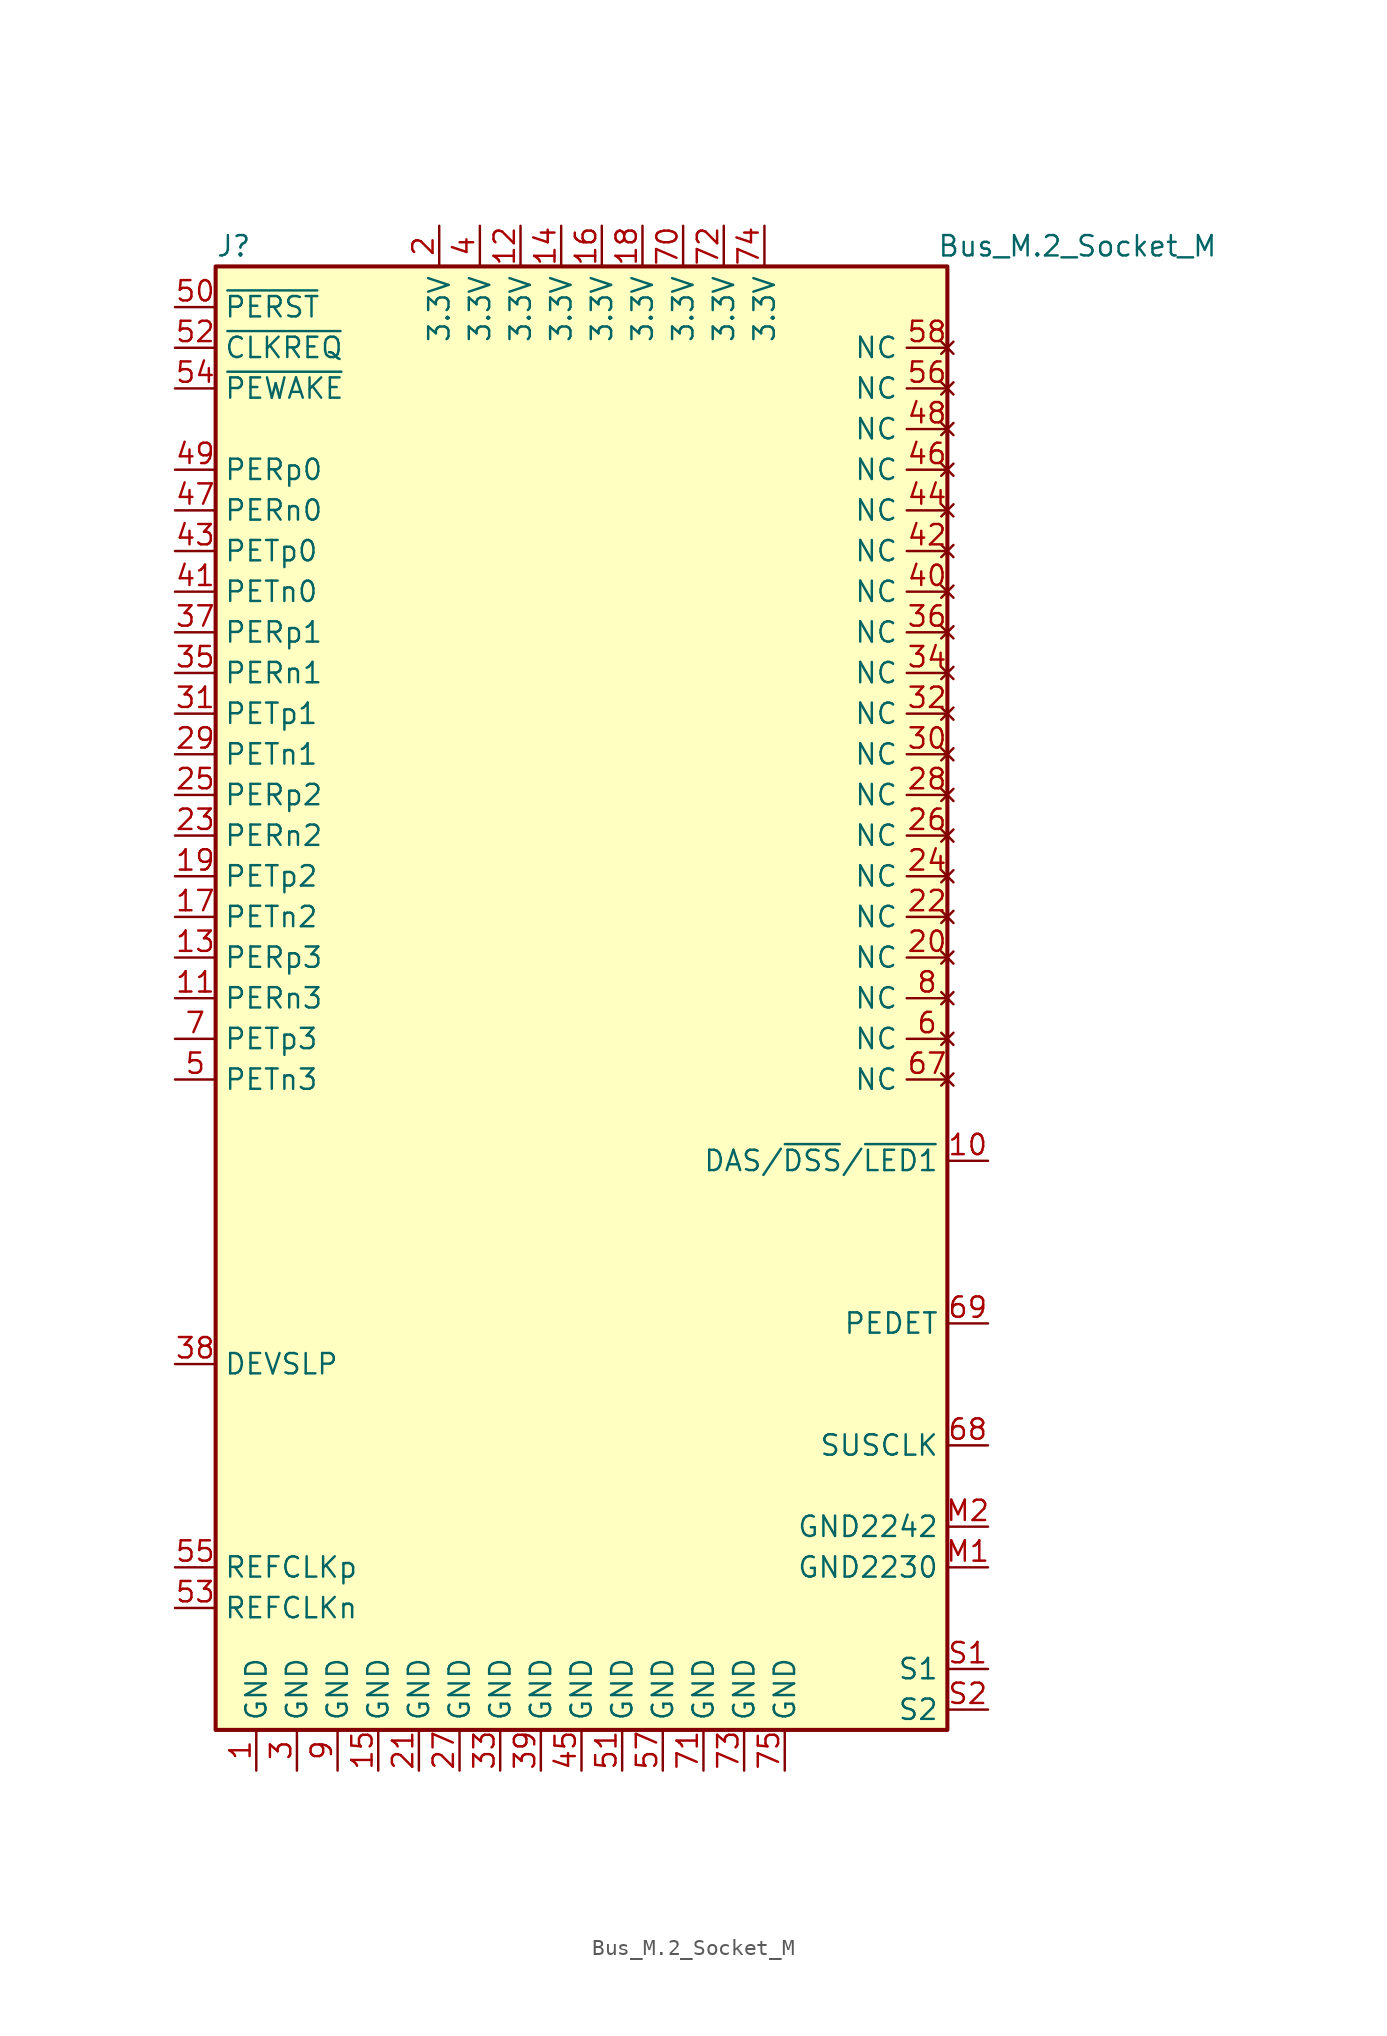
<source format=kicad_sym>
(kicad_symbol_lib
  (version 20231120)
  (generator "kicad_symbol_editor")
  (generator_version "8.0")
  (symbol "Bus_M.2_Socket_M"
    (property "Reference" "J"
      (at -22.86 46.99 0)
      (effects (font (size 1.27 1.27)) (justify left)))
    (property "Value" "Bus_M.2_Socket_M"
      (at 30.988 46.99 0)
      (effects (font (size 1.27 1.27))))
    (symbol "Bus_M.2_Socket_M_0_1"
      (rectangle (start -22.86 45.72) (end 22.86 -45.72) (stroke (width 0.254) (type default)) (fill (type background))))
    (symbol "Bus_M.2_Socket_M_1_1"
      (pin power_in line (at -20.32 -48.26 90) (length 2.54) (name "GND" (effects (font (size 1.27 1.27)))) (number "1" (effects (font (size 1.27 1.27)))))
      (pin bidirectional line (at 25.4 -10.16 180) (length 2.54) (name "DAS/~{DSS}/~{LED1}" (effects (font (size 1.27 1.27)))) (number "10" (effects (font (size 1.27 1.27)))))
      (pin input line (at -25.4 0 0) (length 2.54) (name "PERn3" (effects (font (size 1.27 1.27)))) (number "11" (effects (font (size 1.27 1.27)))))
      (pin power_in line (at -3.81 48.26 270) (length 2.54) (name "3.3V" (effects (font (size 1.27 1.27)))) (number "12" (effects (font (size 1.27 1.27)))))
      (pin input line (at -25.4 2.54 0) (length 2.54) (name "PERp3" (effects (font (size 1.27 1.27)))) (number "13" (effects (font (size 1.27 1.27)))))
      (pin power_in line (at -1.27 48.26 270) (length 2.54) (name "3.3V" (effects (font (size 1.27 1.27)))) (number "14" (effects (font (size 1.27 1.27)))))
      (pin power_in line (at -12.7 -48.26 90) (length 2.54) (name "GND" (effects (font (size 1.27 1.27)))) (number "15" (effects (font (size 1.27 1.27)))))
      (pin power_in line (at 1.27 48.26 270) (length 2.54) (name "3.3V" (effects (font (size 1.27 1.27)))) (number "16" (effects (font (size 1.27 1.27)))))
      (pin output line (at -25.4 5.08 0) (length 2.54) (name "PETn2" (effects (font (size 1.27 1.27)))) (number "17" (effects (font (size 1.27 1.27)))))
      (pin power_in line (at 3.81 48.26 270) (length 2.54) (name "3.3V" (effects (font (size 1.27 1.27)))) (number "18" (effects (font (size 1.27 1.27)))))
      (pin output line (at -25.4 7.62 0) (length 2.54) (name "PETp2" (effects (font (size 1.27 1.27)))) (number "19" (effects (font (size 1.27 1.27)))))
      (pin power_in line (at -8.89 48.26 270) (length 2.54) (name "3.3V" (effects (font (size 1.27 1.27)))) (number "2" (effects (font (size 1.27 1.27)))))
      (pin no_connect line (at 22.86 2.54 180) (length 2.54) (name "NC" (effects (font (size 1.27 1.27)))) (number "20" (effects (font (size 1.27 1.27)))))
      (pin power_in line (at -10.16 -48.26 90) (length 2.54) (name "GND" (effects (font (size 1.27 1.27)))) (number "21" (effects (font (size 1.27 1.27)))))
      (pin no_connect line (at 22.86 5.08 180) (length 2.54) (name "NC" (effects (font (size 1.27 1.27)))) (number "22" (effects (font (size 1.27 1.27)))))
      (pin input line (at -25.4 10.16 0) (length 2.54) (name "PERn2" (effects (font (size 1.27 1.27)))) (number "23" (effects (font (size 1.27 1.27)))))
      (pin no_connect line (at 22.86 7.62 180) (length 2.54) (name "NC" (effects (font (size 1.27 1.27)))) (number "24" (effects (font (size 1.27 1.27)))))
      (pin input line (at -25.4 12.7 0) (length 2.54) (name "PERp2" (effects (font (size 1.27 1.27)))) (number "25" (effects (font (size 1.27 1.27)))))
      (pin no_connect line (at 22.86 10.16 180) (length 2.54) (name "NC" (effects (font (size 1.27 1.27)))) (number "26" (effects (font (size 1.27 1.27)))))
      (pin power_in line (at -7.62 -48.26 90) (length 2.54) (name "GND" (effects (font (size 1.27 1.27)))) (number "27" (effects (font (size 1.27 1.27)))))
      (pin no_connect line (at 22.86 12.7 180) (length 2.54) (name "NC" (effects (font (size 1.27 1.27)))) (number "28" (effects (font (size 1.27 1.27)))))
      (pin output line (at -25.4 15.24 0) (length 2.54) (name "PETn1" (effects (font (size 1.27 1.27)))) (number "29" (effects (font (size 1.27 1.27)))))
      (pin power_in line (at -17.78 -48.26 90) (length 2.54) (name "GND" (effects (font (size 1.27 1.27)))) (number "3" (effects (font (size 1.27 1.27)))))
      (pin no_connect line (at 22.86 15.24 180) (length 2.54) (name "NC" (effects (font (size 1.27 1.27)))) (number "30" (effects (font (size 1.27 1.27)))))
      (pin output line (at -25.4 17.78 0) (length 2.54) (name "PETp1" (effects (font (size 1.27 1.27)))) (number "31" (effects (font (size 1.27 1.27)))))
      (pin no_connect line (at 22.86 17.78 180) (length 2.54) (name "NC" (effects (font (size 1.27 1.27)))) (number "32" (effects (font (size 1.27 1.27)))))
      (pin power_in line (at -5.08 -48.26 90) (length 2.54) (name "GND" (effects (font (size 1.27 1.27)))) (number "33" (effects (font (size 1.27 1.27)))))
      (pin no_connect line (at 22.86 20.32 180) (length 2.54) (name "NC" (effects (font (size 1.27 1.27)))) (number "34" (effects (font (size 1.27 1.27)))))
      (pin input line (at -25.4 20.32 0) (length 2.54) (name "PERn1" (effects (font (size 1.27 1.27)))) (number "35" (effects (font (size 1.27 1.27)))))
      (pin no_connect line (at 22.86 22.86 180) (length 2.54) (name "NC" (effects (font (size 1.27 1.27)))) (number "36" (effects (font (size 1.27 1.27)))))
      (pin input line (at -25.4 22.86 0) (length 2.54) (name "PERp1" (effects (font (size 1.27 1.27)))) (number "37" (effects (font (size 1.27 1.27)))))
      (pin input line (at -25.4 -22.86 0) (length 2.54) (name "DEVSLP" (effects (font (size 1.27 1.27)))) (number "38" (effects (font (size 1.27 1.27)))))
      (pin power_in line (at -2.54 -48.26 90) (length 2.54) (name "GND" (effects (font (size 1.27 1.27)))) (number "39" (effects (font (size 1.27 1.27)))))
      (pin power_in line (at -6.35 48.26 270) (length 2.54) (name "3.3V" (effects (font (size 1.27 1.27)))) (number "4" (effects (font (size 1.27 1.27)))))
      (pin no_connect line (at 22.86 25.4 180) (length 2.54) (name "NC" (effects (font (size 1.27 1.27)))) (number "40" (effects (font (size 1.27 1.27)))))
      (pin output line (at -25.4 25.4 0) (length 2.54) (name "PETn0" (effects (font (size 1.27 1.27)))) (number "41" (effects (font (size 1.27 1.27)))))
      (pin no_connect line (at 22.86 27.94 180) (length 2.54) (name "NC" (effects (font (size 1.27 1.27)))) (number "42" (effects (font (size 1.27 1.27)))))
      (pin output line (at -25.4 27.94 0) (length 2.54) (name "PETp0" (effects (font (size 1.27 1.27)))) (number "43" (effects (font (size 1.27 1.27)))))
      (pin no_connect line (at 22.86 30.48 180) (length 2.54) (name "NC" (effects (font (size 1.27 1.27)))) (number "44" (effects (font (size 1.27 1.27)))))
      (pin power_in line (at 0 -48.26 90) (length 2.54) (name "GND" (effects (font (size 1.27 1.27)))) (number "45" (effects (font (size 1.27 1.27)))))
      (pin no_connect line (at 22.86 33.02 180) (length 2.54) (name "NC" (effects (font (size 1.27 1.27)))) (number "46" (effects (font (size 1.27 1.27)))))
      (pin input line (at -25.4 30.48 0) (length 2.54) (name "PERn0" (effects (font (size 1.27 1.27)))) (number "47" (effects (font (size 1.27 1.27)))))
      (pin no_connect line (at 22.86 35.56 180) (length 2.54) (name "NC" (effects (font (size 1.27 1.27)))) (number "48" (effects (font (size 1.27 1.27)))))
      (pin input line (at -25.4 33.02 0) (length 2.54) (name "PERp0" (effects (font (size 1.27 1.27)))) (number "49" (effects (font (size 1.27 1.27)))))
      (pin output line (at -25.4 -5.08 0) (length 2.54) (name "PETn3" (effects (font (size 1.27 1.27)))) (number "5" (effects (font (size 1.27 1.27)))))
      (pin input line (at -25.4 43.18 0) (length 2.54) (name "~{PERST}" (effects (font (size 1.27 1.27)))) (number "50" (effects (font (size 1.27 1.27)))))
      (pin power_in line (at 2.54 -48.26 90) (length 2.54) (name "GND" (effects (font (size 1.27 1.27)))) (number "51" (effects (font (size 1.27 1.27)))))
      (pin bidirectional line (at -25.4 40.64 0) (length 2.54) (name "~{CLKREQ}" (effects (font (size 1.27 1.27)))) (number "52" (effects (font (size 1.27 1.27)))))
      (pin input line (at -25.4 -38.1 0) (length 2.54) (name "REFCLKn" (effects (font (size 1.27 1.27)))) (number "53" (effects (font (size 1.27 1.27)))))
      (pin bidirectional line (at -25.4 38.1 0) (length 2.54) (name "~{PEWAKE}" (effects (font (size 1.27 1.27)))) (number "54" (effects (font (size 1.27 1.27)))))
      (pin input line (at -25.4 -35.56 0) (length 2.54) (name "REFCLKp" (effects (font (size 1.27 1.27)))) (number "55" (effects (font (size 1.27 1.27)))))
      (pin no_connect line (at 22.86 38.1 180) (length 2.54) (name "NC" (effects (font (size 1.27 1.27)))) (number "56" (effects (font (size 1.27 1.27)))))
      (pin power_in line (at 5.08 -48.26 90) (length 2.54) (name "GND" (effects (font (size 1.27 1.27)))) (number "57" (effects (font (size 1.27 1.27)))))
      (pin no_connect line (at 22.86 40.64 180) (length 2.54) (name "NC" (effects (font (size 1.27 1.27)))) (number "58" (effects (font (size 1.27 1.27)))))
      (pin no_connect line (at 22.86 -2.54 180) (length 2.54) (name "NC" (effects (font (size 1.27 1.27)))) (number "6" (effects (font (size 1.27 1.27)))))
      (pin no_connect line (at 22.86 -5.08 180) (length 2.54) (name "NC" (effects (font (size 1.27 1.27)))) (number "67" (effects (font (size 1.27 1.27)))))
      (pin input line (at 25.4 -27.94 180) (length 2.54) (name "SUSCLK" (effects (font (size 1.27 1.27)))) (number "68" (effects (font (size 1.27 1.27)))))
      (pin passive line (at 25.4 -20.32 180) (length 2.54) (name "PEDET" (effects (font (size 1.27 1.27)))) (number "69" (effects (font (size 1.27 1.27)))))
      (pin output line (at -25.4 -2.54 0) (length 2.54) (name "PETp3" (effects (font (size 1.27 1.27)))) (number "7" (effects (font (size 1.27 1.27)))))
      (pin power_in line (at 6.35 48.26 270) (length 2.54) (name "3.3V" (effects (font (size 1.27 1.27)))) (number "70" (effects (font (size 1.27 1.27)))))
      (pin power_in line (at 7.62 -48.26 90) (length 2.54) (name "GND" (effects (font (size 1.27 1.27)))) (number "71" (effects (font (size 1.27 1.27)))))
      (pin power_in line (at 8.89 48.26 270) (length 2.54) (name "3.3V" (effects (font (size 1.27 1.27)))) (number "72" (effects (font (size 1.27 1.27)))))
      (pin power_in line (at 10.16 -48.26 90) (length 2.54) (name "GND" (effects (font (size 1.27 1.27)))) (number "73" (effects (font (size 1.27 1.27)))))
      (pin power_in line (at 11.43 48.26 270) (length 2.54) (name "3.3V" (effects (font (size 1.27 1.27)))) (number "74" (effects (font (size 1.27 1.27)))))
      (pin power_in line (at 12.7 -48.26 90) (length 2.54) (name "GND" (effects (font (size 1.27 1.27)))) (number "75" (effects (font (size 1.27 1.27)))))
      (pin no_connect line (at 22.86 0 180) (length 2.54) (name "NC" (effects (font (size 1.27 1.27)))) (number "8" (effects (font (size 1.27 1.27)))))
      (pin power_in line (at -15.24 -48.26 90) (length 2.54) (name "GND" (effects (font (size 1.27 1.27)))) (number "9" (effects (font (size 1.27 1.27)))))
      (pin passive line (at 25.4 -35.56 180) (length 2.54) (name "GND2230" (effects (font (size 1.27 1.27)))) (number "M1" (effects (font (size 1.27 1.27)))))
      (pin passive line (at 25.4 -33.02 180) (length 2.54) (name "GND2242" (effects (font (size 1.27 1.27)))) (number "M2" (effects (font (size 1.27 1.27)))))
      (pin passive line (at 25.4 -41.91 180) (length 2.54) (name "S1" (effects (font (size 1.27 1.27)))) (number "S1" (effects (font (size 1.27 1.27)))))
      (pin passive line (at 25.4 -44.45 180) (length 2.54) (name "S2" (effects (font (size 1.27 1.27)))) (number "S2" (effects (font (size 1.27 1.27))))))))
</source>
